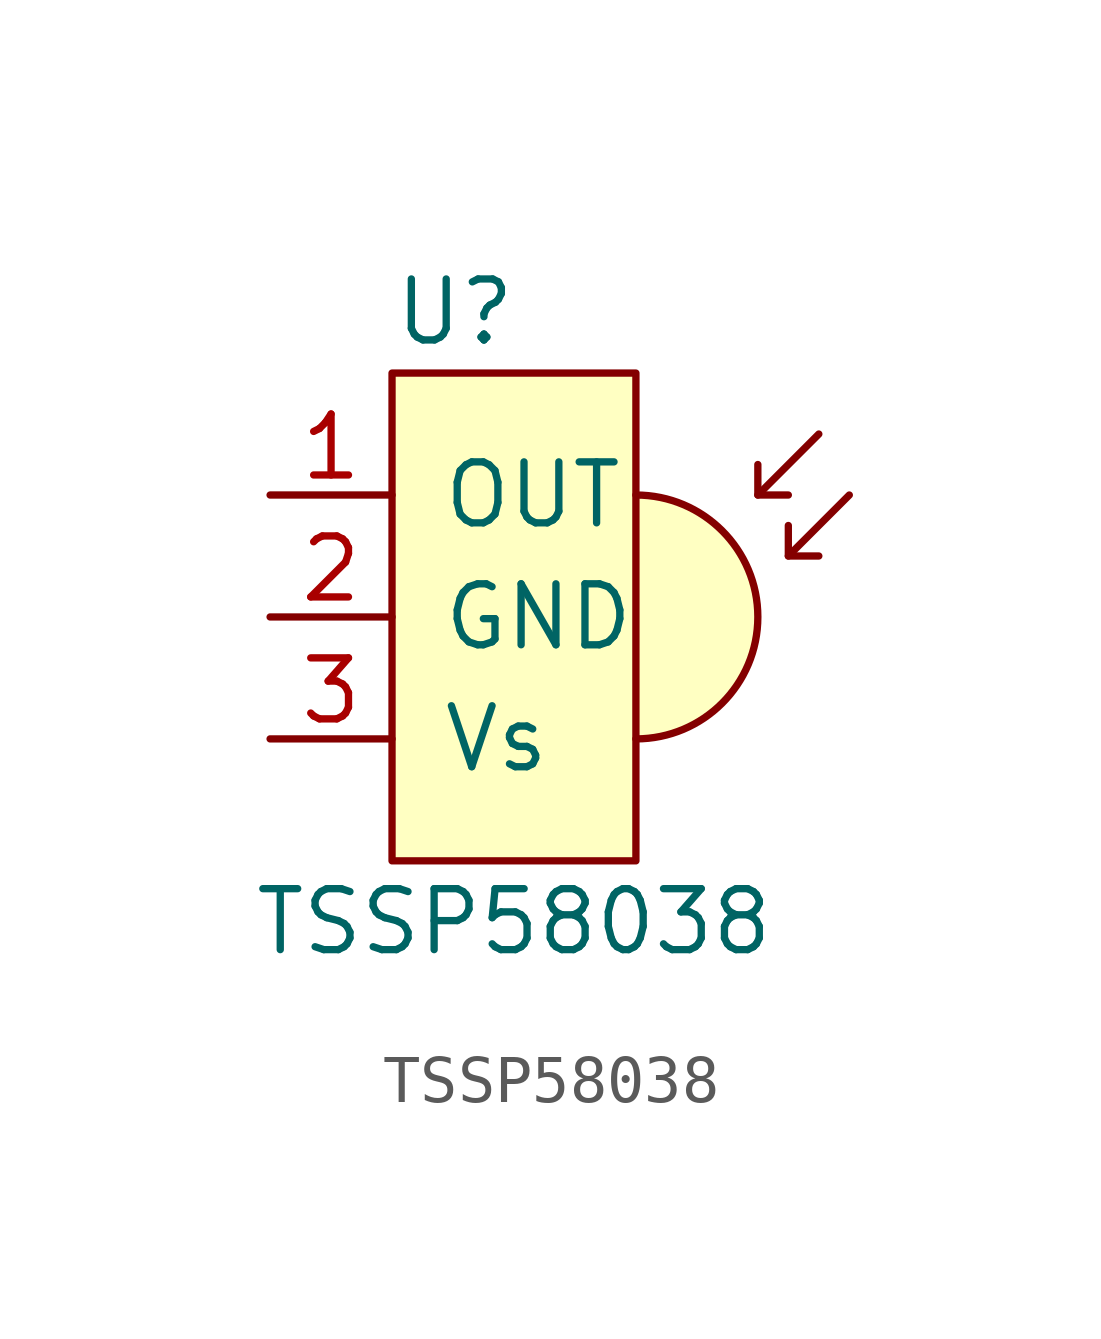
<source format=kicad_sym>
(kicad_symbol_lib
  (version 20201005)
  (generator kicad_symbol_editor)
  (symbol "TSSP58038"
    (pin_names
      (offset 1.016))
    (property "Reference" "U"
      (at -2.54 6.35 0)
      (effects (font (size 1.27 1.27)) (justify left)))
    (property "Value" "TSSP58038"
      (at 0 -6.35 0)
      (effects (font (size 1.27 1.27))))
    (symbol "TSSP58038_0_1"
      (arc (start 2.54 -2.54) (end 2.54 2.54) (radius (at 2.54 0) (length 2.54) (angles -89.9 89.9)) (stroke (width 0)) (fill (type background)))
      (rectangle (start -2.54 5.08) (end 2.54 -5.08) (stroke (width 0)) (fill (type background)))
      (polyline (pts (xy 5.08 2.54) (xy 6.35 3.81)) (stroke (width 0)) (fill (type none)))
      (polyline (pts (xy 5.715 1.27) (xy 6.985 2.54)) (stroke (width 0)) (fill (type none)))
      (polyline (pts (xy 5.08 3.175) (xy 5.08 2.54) (xy 5.715 2.54)) (stroke (width 0)) (fill (type none)))
      (polyline (pts (xy 5.715 1.905) (xy 5.715 1.27) (xy 6.35 1.27)) (stroke (width 0)) (fill (type none))))
    (symbol "TSSP58038_1_1"
      (pin output line (at -5.08 2.54 0) (length 2.54) (name "OUT" (effects (font (size 1.27 1.27)))) (number "1" (effects (font (size 1.27 1.27)))))
      (pin power_in line (at -5.08 0 0) (length 2.54) (name "GND" (effects (font (size 1.27 1.27)))) (number "2" (effects (font (size 1.27 1.27)))))
      (pin power_in line (at -5.08 -2.54 0) (length 2.54) (name "Vs" (effects (font (size 1.27 1.27)))) (number "3" (effects (font (size 1.27 1.27))))))))
</source>
